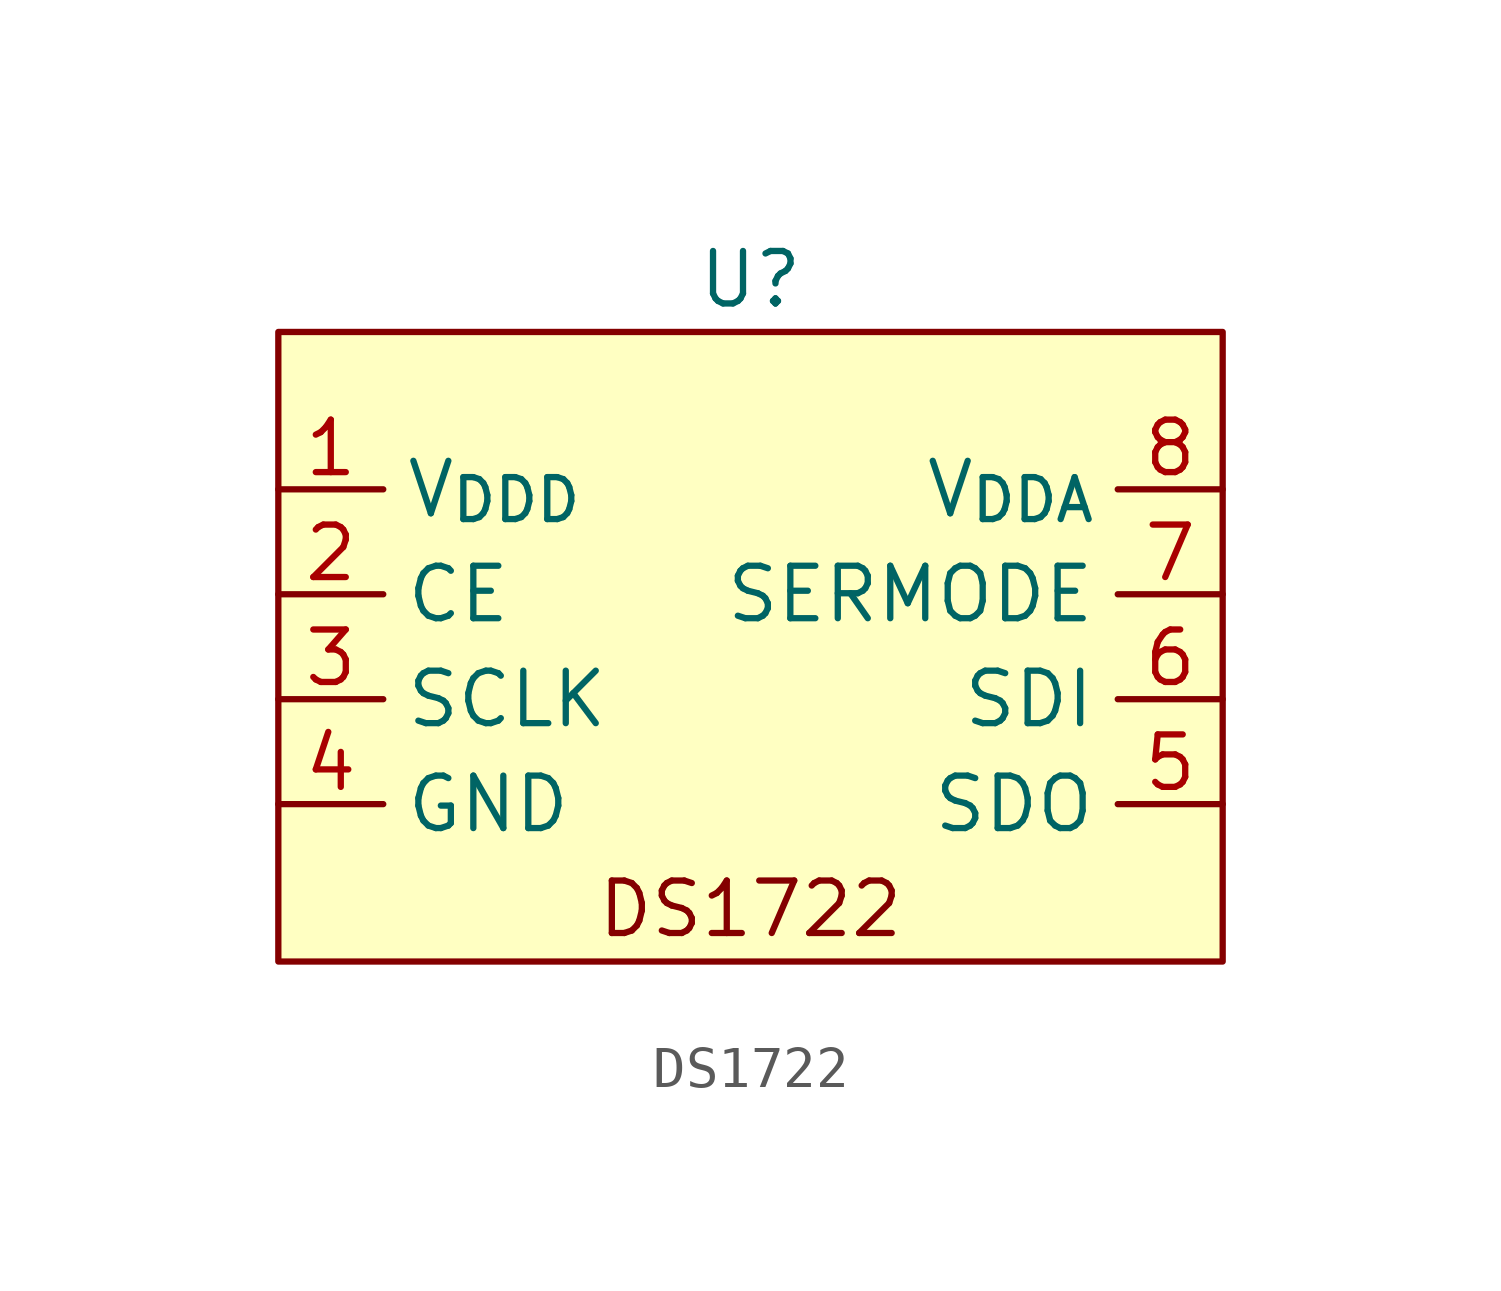
<source format=kicad_sym>
(kicad_symbol_lib
  (version 20241209)
  (generator "kicad_symbol_editor")
  (generator_version "9.0")
  (symbol "DS1722"
    (property "Reference" "U"
      (at 0 0 0)
      (effects (font (size 1.27 1.27))))
    (property "Value" ""
      (at 0 0 0)
      (effects (font (size 1.27 1.27))))
    (symbol "DS1722_1_1"
      (rectangle (start -11.43 -1.27) (end 11.43 -16.51) (stroke (width 0) (type solid)) (fill (type background)))
      (text "DS1722" (at 0 -15.24 0) (effects (font (size 1.27 1.27))))
      (pin input line (at -11.43 -5.08 0) (length 2.54) (name "V_{DDD}" (effects (font (size 1.27 1.27)))) (number "1" (effects (font (size 1.27 1.27)))))
      (pin input line (at -11.43 -7.62 0) (length 2.54) (name "CE" (effects (font (size 1.27 1.27)))) (number "2" (effects (font (size 1.27 1.27)))))
      (pin input line (at -11.43 -10.16 0) (length 2.54) (name "SCLK" (effects (font (size 1.27 1.27)))) (number "3" (effects (font (size 1.27 1.27)))))
      (pin input line (at -11.43 -12.7 0) (length 2.54) (name "GND" (effects (font (size 1.27 1.27)))) (number "4" (effects (font (size 1.27 1.27)))))
      (pin input line (at 11.43 -5.08 180) (length 2.54) (name "V_{DDA}" (effects (font (size 1.27 1.27)))) (number "8" (effects (font (size 1.27 1.27)))))
      (pin input line (at 11.43 -7.62 180) (length 2.54) (name "SERMODE" (effects (font (size 1.27 1.27)))) (number "7" (effects (font (size 1.27 1.27)))))
      (pin input line (at 11.43 -10.16 180) (length 2.54) (name "SDI" (effects (font (size 1.27 1.27)))) (number "6" (effects (font (size 1.27 1.27)))))
      (pin input line (at 11.43 -12.7 180) (length 2.54) (name "SDO" (effects (font (size 1.27 1.27)))) (number "5" (effects (font (size 1.27 1.27))))))))
</source>
